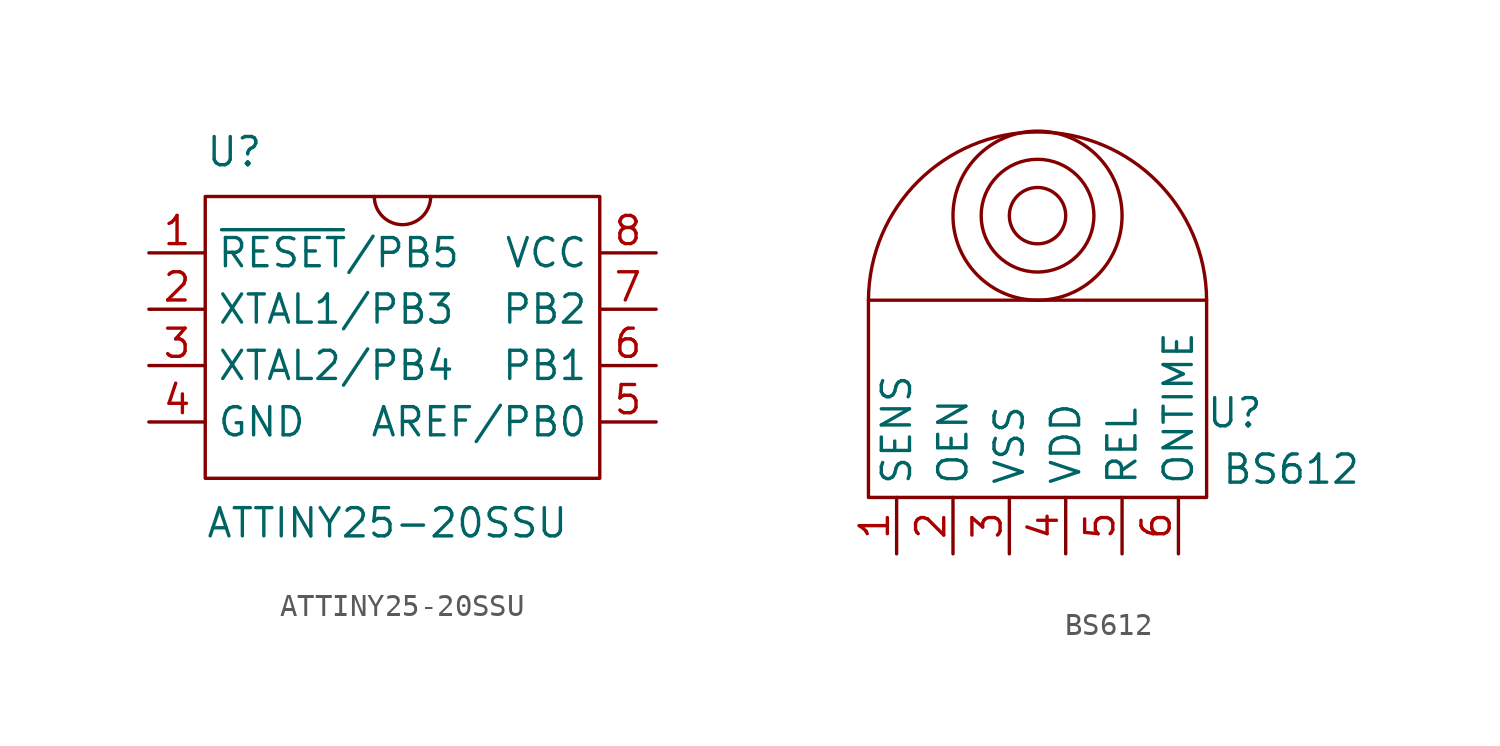
<source format=kicad_sym>
(kicad_symbol_lib
  (version 20220914)
  (generator kicad_symbol_editor)
  (symbol "ATTINY25-20SSU"
    (property "Reference" "U"
      (at -8.89 7.62 0)
      (effects (font (size 1.27 1.27)) (justify left bottom)))
    (property "Value" "ATTINY25-20SSU"
      (at -8.89 -7.62 0)
      (effects (font (size 1.27 1.27)) (justify left top)))
    (symbol "ATTINY25-20SSU_0_1"
      (rectangle (start -8.89 6.35) (end 8.89 -6.35) (stroke (width 0) (type default)) (fill (type none)))
      (arc (start -1.27 6.35) (mid 0 5.0855) (end 1.27 6.35) (stroke (width 0) (type default)) (fill (type none))))
    (symbol "ATTINY25-20SSU_1_1"
      (pin tri_state line (at -11.43 3.81 0) (length 2.54) (name "~{RESET}/PB5" (effects (font (size 1.27 1.27)))) (number "1" (effects (font (size 1.27 1.27)))))
      (pin tri_state line (at -11.43 1.27 0) (length 2.54) (name "XTAL1/PB3" (effects (font (size 1.27 1.27)))) (number "2" (effects (font (size 1.27 1.27)))))
      (pin tri_state line (at -11.43 -1.27 0) (length 2.54) (name "XTAL2/PB4" (effects (font (size 1.27 1.27)))) (number "3" (effects (font (size 1.27 1.27)))))
      (pin power_in line (at -11.43 -3.81 0) (length 2.54) (name "GND" (effects (font (size 1.27 1.27)))) (number "4" (effects (font (size 1.27 1.27)))))
      (pin tri_state line (at 11.43 -3.81 180) (length 2.54) (name "AREF/PB0" (effects (font (size 1.27 1.27)))) (number "5" (effects (font (size 1.27 1.27)))))
      (pin tri_state line (at 11.43 -1.27 180) (length 2.54) (name "PB1" (effects (font (size 1.27 1.27)))) (number "6" (effects (font (size 1.27 1.27)))))
      (pin tri_state line (at 11.43 1.27 180) (length 2.54) (name "PB2" (effects (font (size 1.27 1.27)))) (number "7" (effects (font (size 1.27 1.27)))))
      (pin power_in line (at 11.43 3.81 180) (length 2.54) (name "VCC" (effects (font (size 1.27 1.27)))) (number "8" (effects (font (size 1.27 1.27)))))))
  (symbol "BS612"
    (property "Reference" "U"
      (at 8.89 3.81 0)
      (effects (font (size 1.27 1.27))))
    (property "Value" "BS612"
      (at 11.43 1.27 0)
      (effects (font (size 1.27 1.27))))
    (symbol "BS612_0_1"
      (rectangle (start -7.62 0) (end 7.62 8.89) (stroke (width 0) (type default)) (fill (type none)))
      (circle (center 0 12.7) (radius 1.27) (stroke (width 0) (type default)) (fill (type none)))
      (circle (center 0 12.7) (radius 2.54) (stroke (width 0) (type default)) (fill (type none)))
      (circle (center 0 12.7) (radius 3.81) (stroke (width 0) (type default)) (fill (type none)))
      (arc (start 7.62 8.89) (mid 0 16.4769) (end -7.62 8.89) (stroke (width 0) (type default)) (fill (type none))))
    (symbol "BS612_1_1"
      (pin input line (at -6.35 -2.54 90) (length 2.54) (name "SENS" (effects (font (size 1.27 1.27)))) (number "1" (effects (font (size 1.27 1.27)))))
      (pin input line (at -3.81 -2.54 90) (length 2.54) (name "OEN" (effects (font (size 1.27 1.27)))) (number "2" (effects (font (size 1.27 1.27)))))
      (pin power_in line (at -1.27 -2.54 90) (length 2.54) (name "VSS" (effects (font (size 1.27 1.27)))) (number "3" (effects (font (size 1.27 1.27)))))
      (pin power_in line (at 1.27 -2.54 90) (length 2.54) (name "VDD" (effects (font (size 1.27 1.27)))) (number "4" (effects (font (size 1.27 1.27)))))
      (pin input line (at 3.81 -2.54 90) (length 2.54) (name "REL" (effects (font (size 1.27 1.27)))) (number "5" (effects (font (size 1.27 1.27)))))
      (pin input line (at 6.35 -2.54 90) (length 2.54) (name "ONTIME" (effects (font (size 1.27 1.27)))) (number "6" (effects (font (size 1.27 1.27))))))))
</source>
